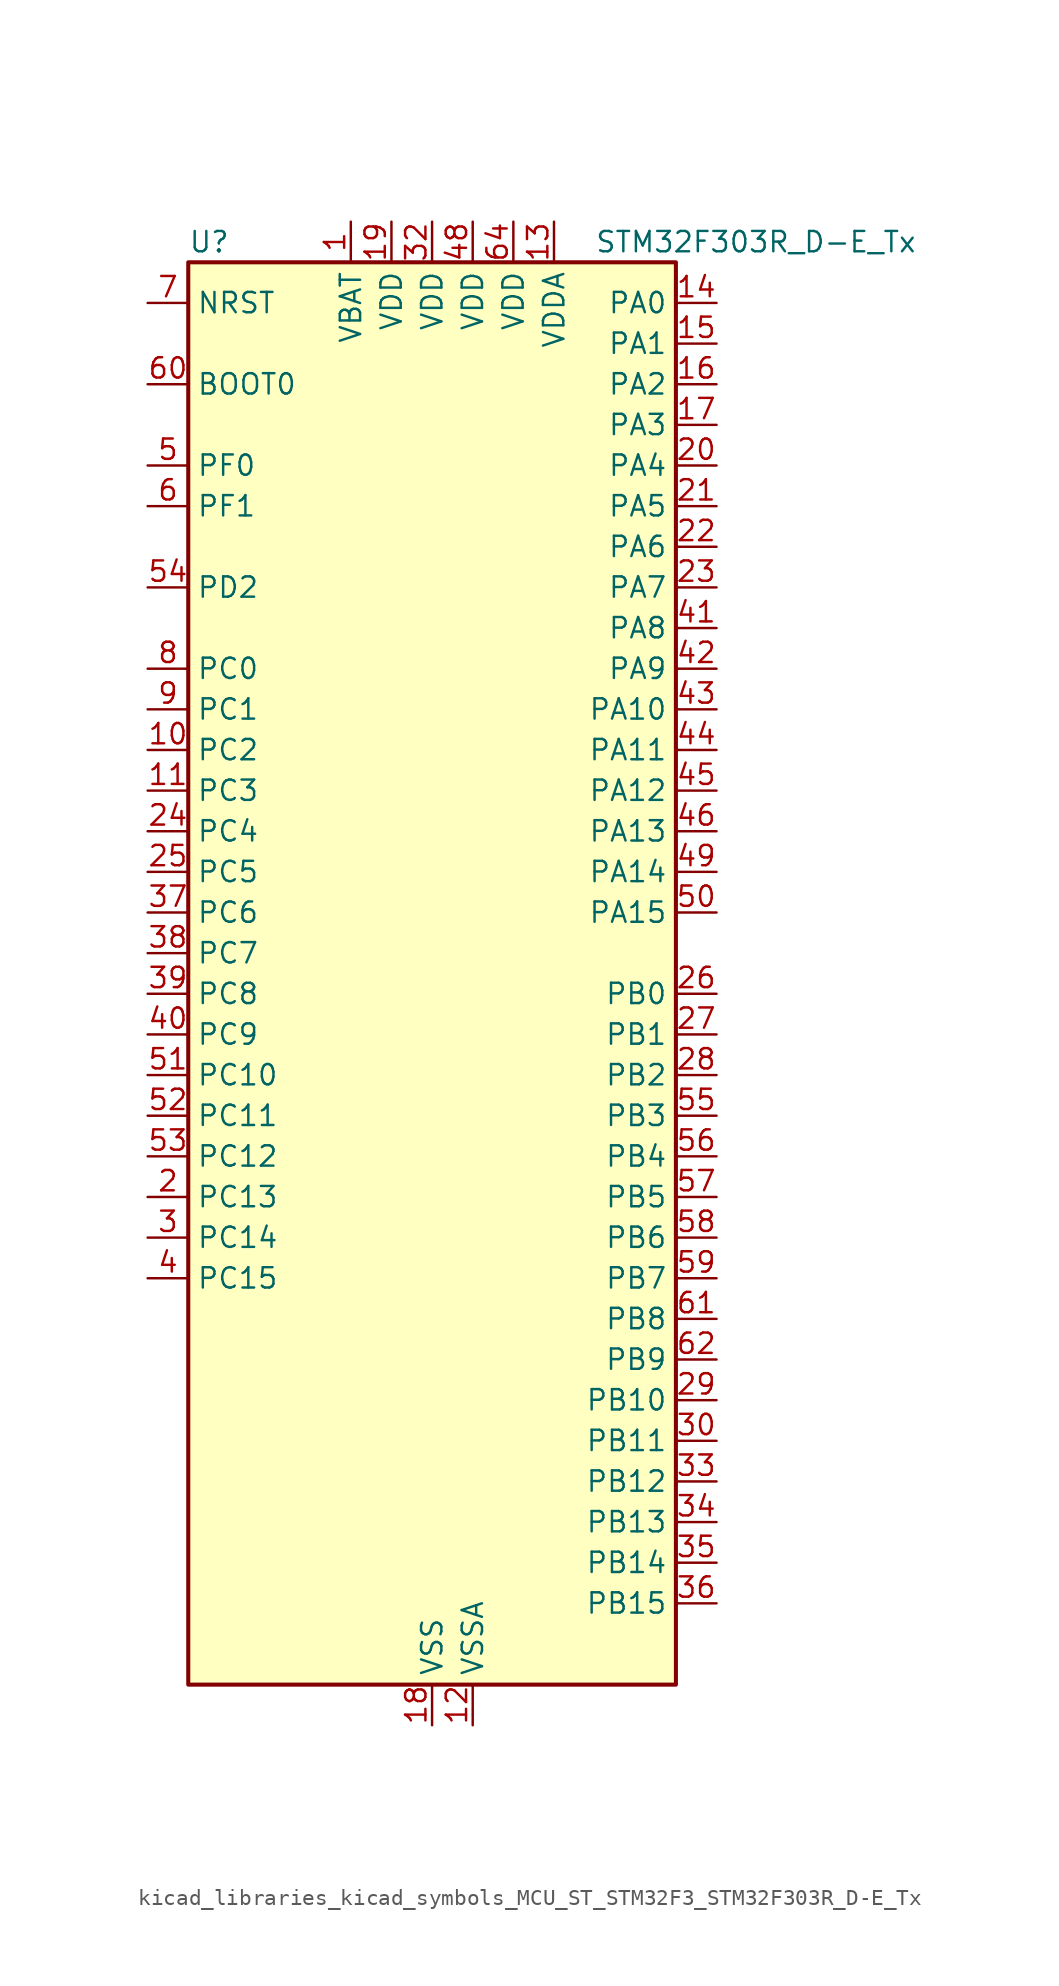
<source format=kicad_sym>
(kicad_symbol_lib
  (version 20220914)
  (generator kicad_symbol_editor)
  (symbol "kicad_libraries_kicad_symbols_MCU_ST_STM32F3_STM32F303R_D-E_Tx"
    (property "Reference" "U"
      (at -15.24 46.99 0)
      (effects (font (size 1.27 1.27)) (justify left)))
    (property "Value" "STM32F303R_D-E_Tx"
      (at 10.16 46.99 0)
      (effects (font (size 1.27 1.27)) (justify left)))
    (property "ki_locked" ""
      (at 0 0 0)
      (effects (font (size 1.27 1.27))))
    (symbol "kicad_libraries_kicad_symbols_MCU_ST_STM32F3_STM32F303R_D-E_Tx_0_1"
      (rectangle (start -15.24 -43.18) (end 15.24 45.72) (stroke (width 0.254) (type default)) (fill (type background))))
    (symbol "kicad_libraries_kicad_symbols_MCU_ST_STM32F3_STM32F303R_D-E_Tx_1_1"
      (pin power_in line (at -5.08 48.26 270) (length 2.54) (name "VBAT" (effects (font (size 1.27 1.27)))) (number "1" (effects (font (size 1.27 1.27)))))
      (pin bidirectional line (at -17.78 15.24 0) (length 2.54) (name "PC2" (effects (font (size 1.27 1.27)))) (number "10" (effects (font (size 1.27 1.27)))) (alternate "ADC1_IN8" bidirectional line) (alternate "ADC2_IN8" bidirectional line) (alternate "ADC3_EXTI2" bidirectional line) (alternate "ADC4_EXTI2" bidirectional line) (alternate "COMP7_OUT" bidirectional line) (alternate "TIM1_CH3" bidirectional line))
      (pin bidirectional line (at -17.78 12.7 0) (length 2.54) (name "PC3" (effects (font (size 1.27 1.27)))) (number "11" (effects (font (size 1.27 1.27)))) (alternate "ADC1_IN9" bidirectional line) (alternate "ADC2_IN9" bidirectional line) (alternate "TIM1_BKIN2" bidirectional line) (alternate "TIM1_CH4" bidirectional line))
      (pin power_in line (at 2.54 -45.72 90) (length 2.54) (name "VSSA" (effects (font (size 1.27 1.27)))) (number "12" (effects (font (size 1.27 1.27)))))
      (pin power_in line (at 7.62 48.26 270) (length 2.54) (name "VDDA" (effects (font (size 1.27 1.27)))) (number "13" (effects (font (size 1.27 1.27)))))
      (pin bidirectional line (at 17.78 43.18 180) (length 2.54) (name "PA0" (effects (font (size 1.27 1.27)))) (number "14" (effects (font (size 1.27 1.27)))) (alternate "ADC1_IN1" bidirectional line) (alternate "COMP1_INM" bidirectional line) (alternate "COMP1_OUT" bidirectional line) (alternate "RTC_TAMP2" bidirectional line) (alternate "SYS_WKUP1" bidirectional line) (alternate "TIM2_CH1" bidirectional line) (alternate "TIM2_ETR" bidirectional line) (alternate "TIM8_BKIN" bidirectional line) (alternate "TIM8_ETR" bidirectional line) (alternate "TSC_G1_IO1" bidirectional line) (alternate "USART2_CTS" bidirectional line))
      (pin bidirectional line (at 17.78 40.64 180) (length 2.54) (name "PA1" (effects (font (size 1.27 1.27)))) (number "15" (effects (font (size 1.27 1.27)))) (alternate "ADC1_IN2" bidirectional line) (alternate "COMP1_INP" bidirectional line) (alternate "OPAMP1_VINP" bidirectional line) (alternate "OPAMP1_VINP_SEC" bidirectional line) (alternate "OPAMP3_VINP" bidirectional line) (alternate "OPAMP3_VINP_SEC" bidirectional line) (alternate "RTC_REFIN" bidirectional line) (alternate "TIM15_CH1N" bidirectional line) (alternate "TIM2_CH2" bidirectional line) (alternate "TSC_G1_IO2" bidirectional line) (alternate "USART2_DE" bidirectional line) (alternate "USART2_RTS" bidirectional line))
      (pin bidirectional line (at 17.78 38.1 180) (length 2.54) (name "PA2" (effects (font (size 1.27 1.27)))) (number "16" (effects (font (size 1.27 1.27)))) (alternate "ADC1_IN3" bidirectional line) (alternate "ADC3_EXTI2" bidirectional line) (alternate "ADC4_EXTI2" bidirectional line) (alternate "COMP2_INM" bidirectional line) (alternate "COMP2_OUT" bidirectional line) (alternate "OPAMP1_VOUT" bidirectional line) (alternate "TIM15_CH1" bidirectional line) (alternate "TIM2_CH3" bidirectional line) (alternate "TSC_G1_IO3" bidirectional line) (alternate "USART2_TX" bidirectional line))
      (pin bidirectional line (at 17.78 35.56 180) (length 2.54) (name "PA3" (effects (font (size 1.27 1.27)))) (number "17" (effects (font (size 1.27 1.27)))) (alternate "ADC1_IN4" bidirectional line) (alternate "OPAMP1_VINM" bidirectional line) (alternate "OPAMP1_VINM_SEC" bidirectional line) (alternate "OPAMP1_VINP" bidirectional line) (alternate "OPAMP1_VINP_SEC" bidirectional line) (alternate "TIM15_CH2" bidirectional line) (alternate "TIM2_CH4" bidirectional line) (alternate "TSC_G1_IO4" bidirectional line) (alternate "USART2_RX" bidirectional line))
      (pin power_in line (at 0 -45.72 90) (length 2.54) (name "VSS" (effects (font (size 1.27 1.27)))) (number "18" (effects (font (size 1.27 1.27)))))
      (pin power_in line (at -2.54 48.26 270) (length 2.54) (name "VDD" (effects (font (size 1.27 1.27)))) (number "19" (effects (font (size 1.27 1.27)))))
      (pin bidirectional line (at -17.78 -12.7 0) (length 2.54) (name "PC13" (effects (font (size 1.27 1.27)))) (number "2" (effects (font (size 1.27 1.27)))) (alternate "RTC_OUT_ALARM" bidirectional line) (alternate "RTC_OUT_CALIB" bidirectional line) (alternate "RTC_TAMP1" bidirectional line) (alternate "RTC_TS" bidirectional line) (alternate "SYS_WKUP2" bidirectional line) (alternate "TIM1_CH1N" bidirectional line))
      (pin bidirectional line (at 17.78 33.02 180) (length 2.54) (name "PA4" (effects (font (size 1.27 1.27)))) (number "20" (effects (font (size 1.27 1.27)))) (alternate "ADC2_IN1" bidirectional line) (alternate "COMP1_INM" bidirectional line) (alternate "COMP2_INM" bidirectional line) (alternate "COMP3_INM" bidirectional line) (alternate "COMP4_INM" bidirectional line) (alternate "COMP5_INM" bidirectional line) (alternate "COMP6_INM" bidirectional line) (alternate "COMP7_INM" bidirectional line) (alternate "DAC1_OUT1" bidirectional line) (alternate "I2S3_WS" bidirectional line) (alternate "OPAMP4_VINP" bidirectional line) (alternate "OPAMP4_VINP_SEC" bidirectional line) (alternate "SPI1_NSS" bidirectional line) (alternate "SPI3_NSS" bidirectional line) (alternate "TIM3_CH2" bidirectional line) (alternate "TSC_G2_IO1" bidirectional line) (alternate "USART2_CK" bidirectional line))
      (pin bidirectional line (at 17.78 30.48 180) (length 2.54) (name "PA5" (effects (font (size 1.27 1.27)))) (number "21" (effects (font (size 1.27 1.27)))) (alternate "ADC2_IN2" bidirectional line) (alternate "COMP1_INM" bidirectional line) (alternate "COMP2_INM" bidirectional line) (alternate "COMP3_INM" bidirectional line) (alternate "COMP4_INM" bidirectional line) (alternate "COMP5_INM" bidirectional line) (alternate "COMP6_INM" bidirectional line) (alternate "COMP7_INM" bidirectional line) (alternate "DAC1_OUT2" bidirectional line) (alternate "OPAMP1_VINP" bidirectional line) (alternate "OPAMP1_VINP_SEC" bidirectional line) (alternate "OPAMP2_VINM" bidirectional line) (alternate "OPAMP2_VINM_SEC" bidirectional line) (alternate "OPAMP3_VINP" bidirectional line) (alternate "OPAMP3_VINP_SEC" bidirectional line) (alternate "SPI1_SCK" bidirectional line) (alternate "TIM2_CH1" bidirectional line) (alternate "TIM2_ETR" bidirectional line) (alternate "TSC_G2_IO2" bidirectional line))
      (pin bidirectional line (at 17.78 27.94 180) (length 2.54) (name "PA6" (effects (font (size 1.27 1.27)))) (number "22" (effects (font (size 1.27 1.27)))) (alternate "ADC2_IN3" bidirectional line) (alternate "COMP1_OUT" bidirectional line) (alternate "OPAMP2_VOUT" bidirectional line) (alternate "SPI1_MISO" bidirectional line) (alternate "TIM16_CH1" bidirectional line) (alternate "TIM1_BKIN" bidirectional line) (alternate "TIM3_CH1" bidirectional line) (alternate "TIM8_BKIN" bidirectional line) (alternate "TSC_G2_IO3" bidirectional line))
      (pin bidirectional line (at 17.78 25.4 180) (length 2.54) (name "PA7" (effects (font (size 1.27 1.27)))) (number "23" (effects (font (size 1.27 1.27)))) (alternate "ADC2_IN4" bidirectional line) (alternate "COMP2_INP" bidirectional line) (alternate "OPAMP1_VINP" bidirectional line) (alternate "OPAMP1_VINP_SEC" bidirectional line) (alternate "OPAMP2_VINP" bidirectional line) (alternate "OPAMP2_VINP_SEC" bidirectional line) (alternate "SPI1_MOSI" bidirectional line) (alternate "TIM17_CH1" bidirectional line) (alternate "TIM1_CH1N" bidirectional line) (alternate "TIM3_CH2" bidirectional line) (alternate "TIM8_CH1N" bidirectional line) (alternate "TSC_G2_IO4" bidirectional line))
      (pin bidirectional line (at -17.78 10.16 0) (length 2.54) (name "PC4" (effects (font (size 1.27 1.27)))) (number "24" (effects (font (size 1.27 1.27)))) (alternate "ADC2_IN5" bidirectional line) (alternate "TIM1_ETR" bidirectional line) (alternate "USART1_TX" bidirectional line))
      (pin bidirectional line (at -17.78 7.62 0) (length 2.54) (name "PC5" (effects (font (size 1.27 1.27)))) (number "25" (effects (font (size 1.27 1.27)))) (alternate "ADC2_IN11" bidirectional line) (alternate "OPAMP1_VINM" bidirectional line) (alternate "OPAMP1_VINM_SEC" bidirectional line) (alternate "OPAMP2_VINM" bidirectional line) (alternate "OPAMP2_VINM_SEC" bidirectional line) (alternate "TIM15_BKIN" bidirectional line) (alternate "TSC_G3_IO1" bidirectional line) (alternate "USART1_RX" bidirectional line))
      (pin bidirectional line (at 17.78 0 180) (length 2.54) (name "PB0" (effects (font (size 1.27 1.27)))) (number "26" (effects (font (size 1.27 1.27)))) (alternate "ADC3_IN12" bidirectional line) (alternate "COMP4_INP" bidirectional line) (alternate "OPAMP2_VINP" bidirectional line) (alternate "OPAMP2_VINP_SEC" bidirectional line) (alternate "OPAMP3_VINP" bidirectional line) (alternate "OPAMP3_VINP_SEC" bidirectional line) (alternate "TIM1_CH2N" bidirectional line) (alternate "TIM3_CH3" bidirectional line) (alternate "TIM8_CH2N" bidirectional line) (alternate "TSC_G3_IO2" bidirectional line))
      (pin bidirectional line (at 17.78 -2.54 180) (length 2.54) (name "PB1" (effects (font (size 1.27 1.27)))) (number "27" (effects (font (size 1.27 1.27)))) (alternate "ADC3_IN1" bidirectional line) (alternate "COMP4_OUT" bidirectional line) (alternate "OPAMP3_VOUT" bidirectional line) (alternate "TIM1_CH3N" bidirectional line) (alternate "TIM3_CH4" bidirectional line) (alternate "TIM8_CH3N" bidirectional line) (alternate "TSC_G3_IO3" bidirectional line))
      (pin bidirectional line (at 17.78 -5.08 180) (length 2.54) (name "PB2" (effects (font (size 1.27 1.27)))) (number "28" (effects (font (size 1.27 1.27)))) (alternate "ADC2_IN12" bidirectional line) (alternate "ADC3_EXTI2" bidirectional line) (alternate "ADC4_EXTI2" bidirectional line) (alternate "COMP4_INM" bidirectional line) (alternate "OPAMP3_VINM" bidirectional line) (alternate "OPAMP3_VINM_SEC" bidirectional line) (alternate "TSC_G3_IO4" bidirectional line))
      (pin bidirectional line (at 17.78 -25.4 180) (length 2.54) (name "PB10" (effects (font (size 1.27 1.27)))) (number "29" (effects (font (size 1.27 1.27)))) (alternate "COMP5_INM" bidirectional line) (alternate "OPAMP3_VINM" bidirectional line) (alternate "OPAMP3_VINM_SEC" bidirectional line) (alternate "OPAMP4_VINM" bidirectional line) (alternate "OPAMP4_VINM_SEC" bidirectional line) (alternate "TIM2_CH3" bidirectional line) (alternate "TSC_SYNC" bidirectional line) (alternate "USART3_TX" bidirectional line))
      (pin bidirectional line (at -17.78 -15.24 0) (length 2.54) (name "PC14" (effects (font (size 1.27 1.27)))) (number "3" (effects (font (size 1.27 1.27)))) (alternate "RCC_OSC32_IN" bidirectional line))
      (pin bidirectional line (at 17.78 -27.94 180) (length 2.54) (name "PB11" (effects (font (size 1.27 1.27)))) (number "30" (effects (font (size 1.27 1.27)))) (alternate "ADC1_EXTI11" bidirectional line) (alternate "ADC1_IN14" bidirectional line) (alternate "ADC2_EXTI11" bidirectional line) (alternate "ADC2_IN14" bidirectional line) (alternate "COMP6_INP" bidirectional line) (alternate "OPAMP4_VINP" bidirectional line) (alternate "OPAMP4_VINP_SEC" bidirectional line) (alternate "TIM2_CH4" bidirectional line) (alternate "TSC_G6_IO1" bidirectional line) (alternate "USART3_RX" bidirectional line))
      (pin passive line (at 0 -45.72 90) (length 2.54) hide (name "VSS" (effects (font (size 1.27 1.27)))) (number "31" (effects (font (size 1.27 1.27)))))
      (pin power_in line (at 0 48.26 270) (length 2.54) (name "VDD" (effects (font (size 1.27 1.27)))) (number "32" (effects (font (size 1.27 1.27)))))
      (pin bidirectional line (at 17.78 -30.48 180) (length 2.54) (name "PB12" (effects (font (size 1.27 1.27)))) (number "33" (effects (font (size 1.27 1.27)))) (alternate "ADC4_IN3" bidirectional line) (alternate "COMP3_INM" bidirectional line) (alternate "I2C2_SMBA" bidirectional line) (alternate "I2S2_WS" bidirectional line) (alternate "OPAMP4_VOUT" bidirectional line) (alternate "SPI2_NSS" bidirectional line) (alternate "TIM1_BKIN" bidirectional line) (alternate "TSC_G6_IO2" bidirectional line) (alternate "USART3_CK" bidirectional line))
      (pin bidirectional line (at 17.78 -33.02 180) (length 2.54) (name "PB13" (effects (font (size 1.27 1.27)))) (number "34" (effects (font (size 1.27 1.27)))) (alternate "ADC3_IN5" bidirectional line) (alternate "COMP5_INP" bidirectional line) (alternate "I2S2_CK" bidirectional line) (alternate "OPAMP3_VINP" bidirectional line) (alternate "OPAMP3_VINP_SEC" bidirectional line) (alternate "OPAMP4_VINP" bidirectional line) (alternate "OPAMP4_VINP_SEC" bidirectional line) (alternate "SPI2_SCK" bidirectional line) (alternate "TIM1_CH1N" bidirectional line) (alternate "TSC_G6_IO3" bidirectional line) (alternate "USART3_CTS" bidirectional line))
      (pin bidirectional line (at 17.78 -35.56 180) (length 2.54) (name "PB14" (effects (font (size 1.27 1.27)))) (number "35" (effects (font (size 1.27 1.27)))) (alternate "ADC4_IN4" bidirectional line) (alternate "COMP3_INP" bidirectional line) (alternate "I2S2_ext_SD" bidirectional line) (alternate "OPAMP2_VINP" bidirectional line) (alternate "OPAMP2_VINP_SEC" bidirectional line) (alternate "SPI2_MISO" bidirectional line) (alternate "TIM15_CH1" bidirectional line) (alternate "TIM1_CH2N" bidirectional line) (alternate "TSC_G6_IO4" bidirectional line) (alternate "USART3_DE" bidirectional line) (alternate "USART3_RTS" bidirectional line))
      (pin bidirectional line (at 17.78 -38.1 180) (length 2.54) (name "PB15" (effects (font (size 1.27 1.27)))) (number "36" (effects (font (size 1.27 1.27)))) (alternate "ADC1_EXTI15" bidirectional line) (alternate "ADC2_EXTI15" bidirectional line) (alternate "ADC3_EXTI15" bidirectional line) (alternate "ADC4_EXTI15" bidirectional line) (alternate "ADC4_IN5" bidirectional line) (alternate "COMP6_INM" bidirectional line) (alternate "I2S2_SD" bidirectional line) (alternate "RTC_REFIN" bidirectional line) (alternate "SPI2_MOSI" bidirectional line) (alternate "TIM15_CH1N" bidirectional line) (alternate "TIM15_CH2" bidirectional line) (alternate "TIM1_CH3N" bidirectional line))
      (pin bidirectional line (at -17.78 5.08 0) (length 2.54) (name "PC6" (effects (font (size 1.27 1.27)))) (number "37" (effects (font (size 1.27 1.27)))) (alternate "COMP6_OUT" bidirectional line) (alternate "I2S2_MCK" bidirectional line) (alternate "TIM3_CH1" bidirectional line) (alternate "TIM8_CH1" bidirectional line))
      (pin bidirectional line (at -17.78 2.54 0) (length 2.54) (name "PC7" (effects (font (size 1.27 1.27)))) (number "38" (effects (font (size 1.27 1.27)))) (alternate "COMP5_OUT" bidirectional line) (alternate "I2S3_MCK" bidirectional line) (alternate "TIM3_CH2" bidirectional line) (alternate "TIM8_CH2" bidirectional line))
      (pin bidirectional line (at -17.78 0 0) (length 2.54) (name "PC8" (effects (font (size 1.27 1.27)))) (number "39" (effects (font (size 1.27 1.27)))) (alternate "COMP3_OUT" bidirectional line) (alternate "TIM3_CH3" bidirectional line) (alternate "TIM8_CH3" bidirectional line))
      (pin bidirectional line (at -17.78 -17.78 0) (length 2.54) (name "PC15" (effects (font (size 1.27 1.27)))) (number "4" (effects (font (size 1.27 1.27)))) (alternate "ADC1_EXTI15" bidirectional line) (alternate "ADC2_EXTI15" bidirectional line) (alternate "ADC3_EXTI15" bidirectional line) (alternate "ADC4_EXTI15" bidirectional line) (alternate "RCC_OSC32_OUT" bidirectional line))
      (pin bidirectional line (at -17.78 -2.54 0) (length 2.54) (name "PC9" (effects (font (size 1.27 1.27)))) (number "40" (effects (font (size 1.27 1.27)))) (alternate "DAC1_EXTI9" bidirectional line) (alternate "I2C3_SDA" bidirectional line) (alternate "I2S_CKIN" bidirectional line) (alternate "TIM3_CH4" bidirectional line) (alternate "TIM8_BKIN2" bidirectional line) (alternate "TIM8_CH4" bidirectional line))
      (pin bidirectional line (at 17.78 22.86 180) (length 2.54) (name "PA8" (effects (font (size 1.27 1.27)))) (number "41" (effects (font (size 1.27 1.27)))) (alternate "COMP3_OUT" bidirectional line) (alternate "I2C2_SMBA" bidirectional line) (alternate "I2C3_SCL" bidirectional line) (alternate "I2S2_MCK" bidirectional line) (alternate "RCC_MCO" bidirectional line) (alternate "TIM1_CH1" bidirectional line) (alternate "TIM4_ETR" bidirectional line) (alternate "USART1_CK" bidirectional line))
      (pin bidirectional line (at 17.78 20.32 180) (length 2.54) (name "PA9" (effects (font (size 1.27 1.27)))) (number "42" (effects (font (size 1.27 1.27)))) (alternate "COMP5_OUT" bidirectional line) (alternate "DAC1_EXTI9" bidirectional line) (alternate "I2C2_SCL" bidirectional line) (alternate "I2C3_SMBA" bidirectional line) (alternate "I2S3_MCK" bidirectional line) (alternate "TIM15_BKIN" bidirectional line) (alternate "TIM1_CH2" bidirectional line) (alternate "TIM2_CH3" bidirectional line) (alternate "TSC_G4_IO1" bidirectional line) (alternate "USART1_TX" bidirectional line))
      (pin bidirectional line (at 17.78 17.78 180) (length 2.54) (name "PA10" (effects (font (size 1.27 1.27)))) (number "43" (effects (font (size 1.27 1.27)))) (alternate "COMP6_OUT" bidirectional line) (alternate "I2C2_SDA" bidirectional line) (alternate "I2S2_ext_SD" bidirectional line) (alternate "SPI2_MISO" bidirectional line) (alternate "TIM17_BKIN" bidirectional line) (alternate "TIM1_CH3" bidirectional line) (alternate "TIM2_CH4" bidirectional line) (alternate "TIM8_BKIN" bidirectional line) (alternate "TSC_G4_IO2" bidirectional line) (alternate "USART1_RX" bidirectional line))
      (pin bidirectional line (at 17.78 15.24 180) (length 2.54) (name "PA11" (effects (font (size 1.27 1.27)))) (number "44" (effects (font (size 1.27 1.27)))) (alternate "ADC1_EXTI11" bidirectional line) (alternate "ADC2_EXTI11" bidirectional line) (alternate "CAN_RX" bidirectional line) (alternate "COMP1_OUT" bidirectional line) (alternate "I2S2_SD" bidirectional line) (alternate "SPI2_MOSI" bidirectional line) (alternate "TIM1_BKIN2" bidirectional line) (alternate "TIM1_CH1N" bidirectional line) (alternate "TIM1_CH4" bidirectional line) (alternate "TIM4_CH1" bidirectional line) (alternate "USART1_CTS" bidirectional line) (alternate "USB_DM" bidirectional line))
      (pin bidirectional line (at 17.78 12.7 180) (length 2.54) (name "PA12" (effects (font (size 1.27 1.27)))) (number "45" (effects (font (size 1.27 1.27)))) (alternate "CAN_TX" bidirectional line) (alternate "COMP2_OUT" bidirectional line) (alternate "I2S_CKIN" bidirectional line) (alternate "TIM16_CH1" bidirectional line) (alternate "TIM1_CH2N" bidirectional line) (alternate "TIM1_ETR" bidirectional line) (alternate "TIM4_CH2" bidirectional line) (alternate "USART1_DE" bidirectional line) (alternate "USART1_RTS" bidirectional line) (alternate "USB_DP" bidirectional line))
      (pin bidirectional line (at 17.78 10.16 180) (length 2.54) (name "PA13" (effects (font (size 1.27 1.27)))) (number "46" (effects (font (size 1.27 1.27)))) (alternate "IR_OUT" bidirectional line) (alternate "SYS_JTMS-SWDIO" bidirectional line) (alternate "TIM16_CH1N" bidirectional line) (alternate "TIM4_CH3" bidirectional line) (alternate "TSC_G4_IO3" bidirectional line) (alternate "USART3_CTS" bidirectional line))
      (pin passive line (at 0 -45.72 90) (length 2.54) hide (name "VSS" (effects (font (size 1.27 1.27)))) (number "47" (effects (font (size 1.27 1.27)))))
      (pin power_in line (at 2.54 48.26 270) (length 2.54) (name "VDD" (effects (font (size 1.27 1.27)))) (number "48" (effects (font (size 1.27 1.27)))))
      (pin bidirectional line (at 17.78 7.62 180) (length 2.54) (name "PA14" (effects (font (size 1.27 1.27)))) (number "49" (effects (font (size 1.27 1.27)))) (alternate "I2C1_SDA" bidirectional line) (alternate "SYS_JTCK-SWCLK" bidirectional line) (alternate "TIM1_BKIN" bidirectional line) (alternate "TIM8_CH2" bidirectional line) (alternate "TSC_G4_IO4" bidirectional line) (alternate "USART2_TX" bidirectional line))
      (pin bidirectional line (at -17.78 33.02 0) (length 2.54) (name "PF0" (effects (font (size 1.27 1.27)))) (number "5" (effects (font (size 1.27 1.27)))) (alternate "I2C2_SDA" bidirectional line) (alternate "I2S2_WS" bidirectional line) (alternate "RCC_OSC_IN" bidirectional line) (alternate "SPI2_NSS" bidirectional line) (alternate "TIM1_CH3N" bidirectional line))
      (pin bidirectional line (at 17.78 5.08 180) (length 2.54) (name "PA15" (effects (font (size 1.27 1.27)))) (number "50" (effects (font (size 1.27 1.27)))) (alternate "ADC1_EXTI15" bidirectional line) (alternate "ADC2_EXTI15" bidirectional line) (alternate "ADC3_EXTI15" bidirectional line) (alternate "ADC4_EXTI15" bidirectional line) (alternate "I2C1_SCL" bidirectional line) (alternate "I2S3_WS" bidirectional line) (alternate "SPI1_NSS" bidirectional line) (alternate "SPI3_NSS" bidirectional line) (alternate "SYS_JTDI" bidirectional line) (alternate "TIM1_BKIN" bidirectional line) (alternate "TIM2_CH1" bidirectional line) (alternate "TIM2_ETR" bidirectional line) (alternate "TIM8_CH1" bidirectional line) (alternate "TSC_SYNC" bidirectional line) (alternate "USART2_RX" bidirectional line))
      (pin bidirectional line (at -17.78 -5.08 0) (length 2.54) (name "PC10" (effects (font (size 1.27 1.27)))) (number "51" (effects (font (size 1.27 1.27)))) (alternate "I2S3_CK" bidirectional line) (alternate "SPI3_SCK" bidirectional line) (alternate "TIM8_CH1N" bidirectional line) (alternate "UART4_TX" bidirectional line) (alternate "USART3_TX" bidirectional line))
      (pin bidirectional line (at -17.78 -7.62 0) (length 2.54) (name "PC11" (effects (font (size 1.27 1.27)))) (number "52" (effects (font (size 1.27 1.27)))) (alternate "ADC1_EXTI11" bidirectional line) (alternate "ADC2_EXTI11" bidirectional line) (alternate "I2S3_ext_SD" bidirectional line) (alternate "SPI3_MISO" bidirectional line) (alternate "TIM8_CH2N" bidirectional line) (alternate "UART4_RX" bidirectional line) (alternate "USART3_RX" bidirectional line))
      (pin bidirectional line (at -17.78 -10.16 0) (length 2.54) (name "PC12" (effects (font (size 1.27 1.27)))) (number "53" (effects (font (size 1.27 1.27)))) (alternate "I2S3_SD" bidirectional line) (alternate "SPI3_MOSI" bidirectional line) (alternate "TIM8_CH3N" bidirectional line) (alternate "UART5_TX" bidirectional line) (alternate "USART3_CK" bidirectional line))
      (pin bidirectional line (at -17.78 25.4 0) (length 2.54) (name "PD2" (effects (font (size 1.27 1.27)))) (number "54" (effects (font (size 1.27 1.27)))) (alternate "ADC3_EXTI2" bidirectional line) (alternate "ADC4_EXTI2" bidirectional line) (alternate "TIM3_ETR" bidirectional line) (alternate "TIM8_BKIN" bidirectional line) (alternate "UART5_RX" bidirectional line))
      (pin bidirectional line (at 17.78 -7.62 180) (length 2.54) (name "PB3" (effects (font (size 1.27 1.27)))) (number "55" (effects (font (size 1.27 1.27)))) (alternate "I2S3_CK" bidirectional line) (alternate "SPI1_SCK" bidirectional line) (alternate "SPI3_SCK" bidirectional line) (alternate "SYS_JTDO-TRACESWO" bidirectional line) (alternate "TIM2_CH2" bidirectional line) (alternate "TIM3_ETR" bidirectional line) (alternate "TIM4_ETR" bidirectional line) (alternate "TIM8_CH1N" bidirectional line) (alternate "TSC_G5_IO1" bidirectional line) (alternate "USART2_TX" bidirectional line))
      (pin bidirectional line (at 17.78 -10.16 180) (length 2.54) (name "PB4" (effects (font (size 1.27 1.27)))) (number "56" (effects (font (size 1.27 1.27)))) (alternate "I2S3_ext_SD" bidirectional line) (alternate "SPI1_MISO" bidirectional line) (alternate "SPI3_MISO" bidirectional line) (alternate "SYS_NJTRST" bidirectional line) (alternate "TIM16_CH1" bidirectional line) (alternate "TIM17_BKIN" bidirectional line) (alternate "TIM3_CH1" bidirectional line) (alternate "TIM8_CH2N" bidirectional line) (alternate "TSC_G5_IO2" bidirectional line) (alternate "USART2_RX" bidirectional line))
      (pin bidirectional line (at 17.78 -12.7 180) (length 2.54) (name "PB5" (effects (font (size 1.27 1.27)))) (number "57" (effects (font (size 1.27 1.27)))) (alternate "I2C1_SMBA" bidirectional line) (alternate "I2C3_SDA" bidirectional line) (alternate "I2S3_SD" bidirectional line) (alternate "SPI1_MOSI" bidirectional line) (alternate "SPI3_MOSI" bidirectional line) (alternate "TIM16_BKIN" bidirectional line) (alternate "TIM17_CH1" bidirectional line) (alternate "TIM3_CH2" bidirectional line) (alternate "TIM8_CH3N" bidirectional line) (alternate "USART2_CK" bidirectional line))
      (pin bidirectional line (at 17.78 -15.24 180) (length 2.54) (name "PB6" (effects (font (size 1.27 1.27)))) (number "58" (effects (font (size 1.27 1.27)))) (alternate "I2C1_SCL" bidirectional line) (alternate "TIM16_CH1N" bidirectional line) (alternate "TIM4_CH1" bidirectional line) (alternate "TIM8_BKIN2" bidirectional line) (alternate "TIM8_CH1" bidirectional line) (alternate "TIM8_ETR" bidirectional line) (alternate "TSC_G5_IO3" bidirectional line) (alternate "USART1_TX" bidirectional line))
      (pin bidirectional line (at 17.78 -17.78 180) (length 2.54) (name "PB7" (effects (font (size 1.27 1.27)))) (number "59" (effects (font (size 1.27 1.27)))) (alternate "I2C1_SDA" bidirectional line) (alternate "TIM17_CH1N" bidirectional line) (alternate "TIM3_CH4" bidirectional line) (alternate "TIM4_CH2" bidirectional line) (alternate "TIM8_BKIN" bidirectional line) (alternate "TSC_G5_IO4" bidirectional line) (alternate "USART1_RX" bidirectional line))
      (pin bidirectional line (at -17.78 30.48 0) (length 2.54) (name "PF1" (effects (font (size 1.27 1.27)))) (number "6" (effects (font (size 1.27 1.27)))) (alternate "I2C2_SCL" bidirectional line) (alternate "I2S2_CK" bidirectional line) (alternate "RCC_OSC_OUT" bidirectional line) (alternate "SPI2_SCK" bidirectional line))
      (pin input line (at -17.78 38.1 0) (length 2.54) (name "BOOT0" (effects (font (size 1.27 1.27)))) (number "60" (effects (font (size 1.27 1.27)))))
      (pin bidirectional line (at 17.78 -20.32 180) (length 2.54) (name "PB8" (effects (font (size 1.27 1.27)))) (number "61" (effects (font (size 1.27 1.27)))) (alternate "CAN_RX" bidirectional line) (alternate "COMP1_OUT" bidirectional line) (alternate "I2C1_SCL" bidirectional line) (alternate "TIM16_CH1" bidirectional line) (alternate "TIM1_BKIN" bidirectional line) (alternate "TIM4_CH3" bidirectional line) (alternate "TIM8_CH2" bidirectional line) (alternate "TSC_SYNC" bidirectional line) (alternate "USART3_RX" bidirectional line))
      (pin bidirectional line (at 17.78 -22.86 180) (length 2.54) (name "PB9" (effects (font (size 1.27 1.27)))) (number "62" (effects (font (size 1.27 1.27)))) (alternate "CAN_TX" bidirectional line) (alternate "COMP2_OUT" bidirectional line) (alternate "DAC1_EXTI9" bidirectional line) (alternate "I2C1_SDA" bidirectional line) (alternate "IR_OUT" bidirectional line) (alternate "TIM17_CH1" bidirectional line) (alternate "TIM4_CH4" bidirectional line) (alternate "TIM8_CH3" bidirectional line) (alternate "USART3_TX" bidirectional line))
      (pin passive line (at 0 -45.72 90) (length 2.54) hide (name "VSS" (effects (font (size 1.27 1.27)))) (number "63" (effects (font (size 1.27 1.27)))))
      (pin power_in line (at 5.08 48.26 270) (length 2.54) (name "VDD" (effects (font (size 1.27 1.27)))) (number "64" (effects (font (size 1.27 1.27)))))
      (pin input line (at -17.78 43.18 0) (length 2.54) (name "NRST" (effects (font (size 1.27 1.27)))) (number "7" (effects (font (size 1.27 1.27)))))
      (pin bidirectional line (at -17.78 20.32 0) (length 2.54) (name "PC0" (effects (font (size 1.27 1.27)))) (number "8" (effects (font (size 1.27 1.27)))) (alternate "ADC1_IN6" bidirectional line) (alternate "ADC2_IN6" bidirectional line) (alternate "COMP7_INM" bidirectional line) (alternate "TIM1_CH1" bidirectional line))
      (pin bidirectional line (at -17.78 17.78 0) (length 2.54) (name "PC1" (effects (font (size 1.27 1.27)))) (number "9" (effects (font (size 1.27 1.27)))) (alternate "ADC1_IN7" bidirectional line) (alternate "ADC2_IN7" bidirectional line) (alternate "COMP7_INP" bidirectional line) (alternate "TIM1_CH2" bidirectional line)))))
</source>
